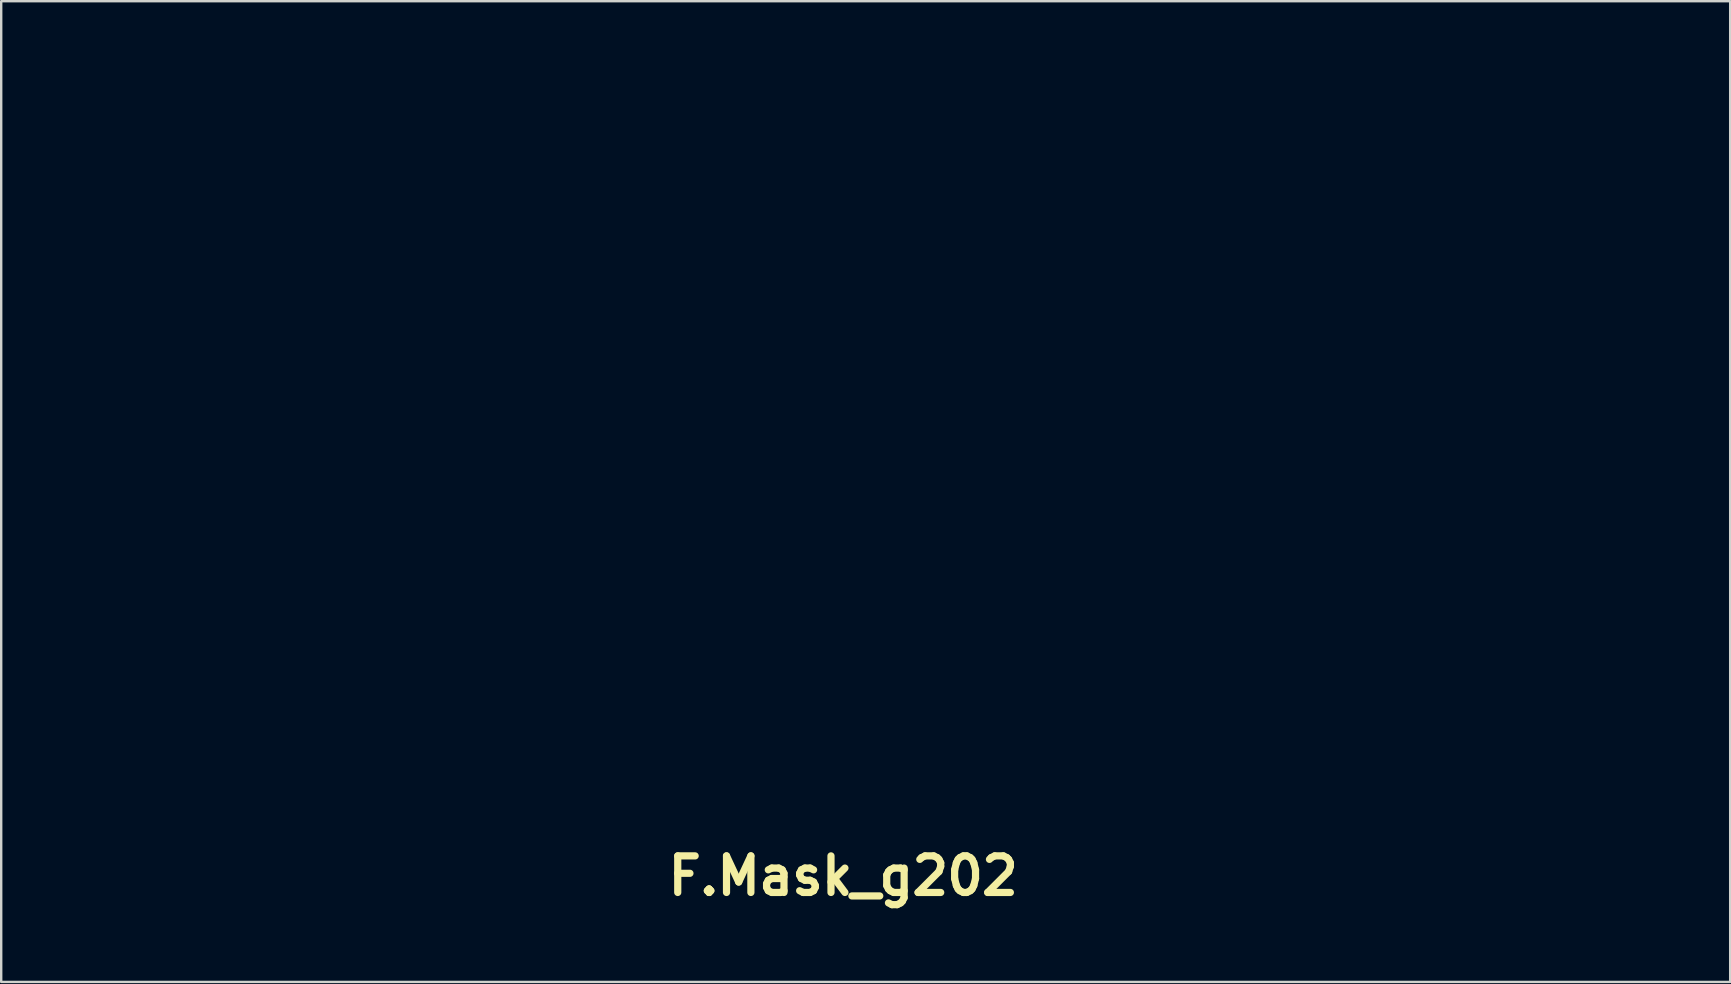
<source format=kicad_pcb>
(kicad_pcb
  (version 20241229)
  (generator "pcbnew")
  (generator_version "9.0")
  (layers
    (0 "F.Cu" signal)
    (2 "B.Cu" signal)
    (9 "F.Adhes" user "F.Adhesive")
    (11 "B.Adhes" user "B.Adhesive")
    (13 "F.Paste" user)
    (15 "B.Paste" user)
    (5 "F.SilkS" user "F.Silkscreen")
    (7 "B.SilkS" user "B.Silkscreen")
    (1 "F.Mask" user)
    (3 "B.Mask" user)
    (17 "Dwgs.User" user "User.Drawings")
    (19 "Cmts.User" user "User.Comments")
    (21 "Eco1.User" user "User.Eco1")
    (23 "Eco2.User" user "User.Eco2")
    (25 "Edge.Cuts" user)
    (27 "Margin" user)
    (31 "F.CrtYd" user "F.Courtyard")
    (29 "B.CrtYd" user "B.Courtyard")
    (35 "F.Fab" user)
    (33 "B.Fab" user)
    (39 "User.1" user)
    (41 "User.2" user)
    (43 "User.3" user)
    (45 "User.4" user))
  (footprint "F.Mask_g202"
    (layer "F.Cu")
    (at 32.088 33.452)
    (property "Reference" "F.Mask_g202" (at 0 0 0) (layer "F.SilkS") (effects (font (size 1.524 1.524) (thickness 0.3))))
    (attr through_hole)
    (fp_poly (pts (xy -4.077 -13.121) (xy -4.072 -13.088) (xy -4.064 -13.019) (xy -4.053 -12.918) (xy -4.04 -12.791) (xy -4.026 -12.645) (xy -4.01 -12.483) (xy -4.001 -12.393) (xy -3.985 -12.225) (xy -3.969 -12.067) (xy -3.955 -11.925) (xy -3.943 -11.806) (xy -3.933 -11.714) (xy -3.927 -11.656) (xy -3.925 -11.641) (xy -3.914 -11.566) (xy -4.407 -11.519) (xy -4.549 -11.505) (xy -4.68 -11.493) (xy -4.792 -11.484) (xy -4.88 -11.477) (xy -4.935 -11.473) (xy -4.949 -11.472) (xy -4.971 -11.474) (xy -4.98 -11.484) (xy -4.975 -11.508) (xy -4.953 -11.554) (xy -4.913 -11.629) (xy -4.898 -11.658) (xy -4.863 -11.721) (xy -4.812 -11.815) (xy -4.748 -11.936) (xy -4.673 -12.076) (xy -4.59 -12.229) (xy -4.504 -12.391) (xy -4.442 -12.507) (xy -4.345 -12.688) (xy -4.267 -12.833) (xy -4.204 -12.946) (xy -4.156 -13.029) (xy -4.121 -13.085) (xy -4.097 -13.117) (xy -4.082 -13.128) (xy -4.077 -13.121)) (stroke (width 0.01) (type solid)) (fill yes) (layer "F.Mask"))
    (fp_poly (pts (xy 14.125 -15.824) (xy 14.402 -15.786) (xy 14.665 -15.718) (xy 14.922 -15.619) (xy 15.182 -15.485) (xy 15.367 -15.372) (xy 15.538 -15.247) (xy 15.685 -15.111) (xy 15.804 -14.969) (xy 15.892 -14.826) (xy 15.943 -14.687) (xy 15.952 -14.64) (xy 15.953 -14.578) (xy 15.937 -14.516) (xy 15.901 -14.447) (xy 15.84 -14.365) (xy 15.751 -14.264) (xy 15.725 -14.236) (xy 15.6 -14.115) (xy 15.46 -14.009) (xy 15.304 -13.914) (xy 15.127 -13.831) (xy 14.925 -13.758) (xy 14.695 -13.694) (xy 14.435 -13.638) (xy 14.139 -13.587) (xy 13.805 -13.542) (xy 13.778 -13.539) (xy 13.682 -13.527) (xy 13.569 -14.67) (xy 13.548 -14.886) (xy 13.529 -15.088) (xy 13.511 -15.274) (xy 13.496 -15.439) (xy 13.484 -15.58) (xy 13.475 -15.692) (xy 13.469 -15.772) (xy 13.467 -15.816) (xy 13.467 -15.824) (xy 13.491 -15.827) (xy 13.55 -15.831) (xy 13.636 -15.833) (xy 13.743 -15.835) (xy 13.824 -15.835) (xy 14.125 -15.824)) (stroke (width 0.01) (type solid)) (fill yes) (layer "F.Mask"))
    (fp_poly (pts (xy 8.981 -15.545) (xy 9.158 -15.505) (xy 9.315 -15.434) (xy 9.461 -15.33) (xy 9.561 -15.234) (xy 9.689 -15.076) (xy 9.801 -14.887) (xy 9.899 -14.666) (xy 9.984 -14.41) (xy 10.055 -14.117) (xy 10.114 -13.787) (xy 10.129 -13.684) (xy 10.146 -13.537) (xy 10.159 -13.362) (xy 10.168 -13.167) (xy 10.175 -12.961) (xy 10.178 -12.753) (xy 10.177 -12.552) (xy 10.172 -12.367) (xy 10.163 -12.208) (xy 10.152 -12.094) (xy 10.098 -11.79) (xy 10.022 -11.521) (xy 9.924 -11.288) (xy 9.804 -11.091) (xy 9.66 -10.928) (xy 9.494 -10.801) (xy 9.305 -10.708) (xy 9.128 -10.657) (xy 8.992 -10.637) (xy 8.841 -10.629) (xy 8.691 -10.634) (xy 8.562 -10.65) (xy 8.537 -10.656) (xy 8.349 -10.721) (xy 8.176 -10.823) (xy 8.018 -10.962) (xy 7.876 -11.138) (xy 7.748 -11.351) (xy 7.635 -11.602) (xy 7.537 -11.891) (xy 7.453 -12.219) (xy 7.384 -12.586) (xy 7.328 -12.992) (xy 7.301 -13.255) (xy 7.289 -13.569) (xy 7.308 -13.875) (xy 7.356 -14.17) (xy 7.433 -14.449) (xy 7.537 -14.707) (xy 7.667 -14.94) (xy 7.821 -15.143) (xy 7.884 -15.209) (xy 8.042 -15.346) (xy 8.21 -15.446) (xy 8.394 -15.513) (xy 8.6 -15.549) (xy 8.776 -15.557) (xy 8.981 -15.545)) (stroke (width 0.01) (type solid)) (fill yes) (layer "F.Mask"))
    (fp_poly (pts (xy 32.335 -33.424) (xy 32.575 -33.364) (xy 32.804 -33.268) (xy 32.956 -33.178) (xy 33.016 -33.133) (xy 33.097 -33.064) (xy 33.192 -32.978) (xy 33.293 -32.882) (xy 33.381 -32.794) (xy 33.52 -32.649) (xy 33.631 -32.522) (xy 33.719 -32.406) (xy 33.789 -32.295) (xy 33.846 -32.18) (xy 33.895 -32.054) (xy 33.901 -32.036) (xy 33.926 -31.959) (xy 33.942 -31.891) (xy 33.952 -31.821) (xy 33.957 -31.736) (xy 33.959 -31.624) (xy 33.959 -31.591) (xy 33.959 -31.572) (xy 33.959 -31.551) (xy 33.958 -31.528) (xy 33.956 -31.501) (xy 33.953 -31.47) (xy 33.95 -31.434) (xy 33.945 -31.391) (xy 33.939 -31.341) (xy 33.931 -31.283) (xy 33.922 -31.215) (xy 33.911 -31.137) (xy 33.897 -31.048) (xy 33.882 -30.947) (xy 33.865 -30.833) (xy 33.845 -30.704) (xy 33.822 -30.561) (xy 33.797 -30.401) (xy 33.769 -30.225) (xy 33.737 -30.03) (xy 33.703 -29.816) (xy 33.665 -29.582) (xy 33.623 -29.328) (xy 33.578 -29.051) (xy 33.529 -28.752) (xy 33.476 -28.429) (xy 33.419 -28.081) (xy 33.357 -27.707) (xy 33.291 -27.306) (xy 33.22 -26.878) (xy 33.144 -26.421) (xy 33.064 -25.934) (xy 32.978 -25.416) (xy 32.887 -24.867) (xy 32.79 -24.285) (xy 32.688 -23.67) (xy 32.58 -23.02) (xy 32.466 -22.335) (xy 32.347 -21.613) (xy 32.22 -20.853) (xy 32.088 -20.055) (xy 31.949 -19.218) (xy 31.803 -18.34) (xy 31.743 -17.981) (xy 31.619 -17.236) (xy 31.497 -16.5) (xy 31.376 -15.776) (xy 31.258 -15.065) (xy 31.142 -14.366) (xy 31.028 -13.682) (xy 30.916 -13.014) (xy 30.808 -12.363) (xy 30.702 -11.729) (xy 30.6 -11.115) (xy 30.501 -10.521) (xy 30.405 -9.948) (xy 30.313 -9.397) (xy 30.225 -8.87) (xy 30.141 -8.367) (xy 30.061 -7.891) (xy 29.986 -7.441) (xy 29.915 -7.019) (xy 29.849 -6.626) (xy 29.788 -6.263) (xy 29.733 -5.932) (xy 29.682 -5.633) (xy 29.638 -5.367) (xy 29.599 -5.137) (xy 29.566 -4.942) (xy 29.539 -4.784) (xy 29.518 -4.664) (xy 29.504 -4.583) (xy 29.496 -4.542) (xy 29.495 -4.538) (xy 29.44 -4.387) (xy 29.359 -4.226) (xy 29.262 -4.069) (xy 29.16 -3.936) (xy 29.122 -3.894) (xy 29.057 -3.826) (xy 28.967 -3.733) (xy 28.856 -3.619) (xy 28.726 -3.488) (xy 28.58 -3.34) (xy 28.422 -3.181) (xy 28.253 -3.012) (xy 28.077 -2.836) (xy 27.979 -2.739) (xy 27.765 -2.526) (xy 27.578 -2.34) (xy 27.416 -2.181) (xy 27.276 -2.044) (xy 27.156 -1.929) (xy 27.052 -1.833) (xy 26.964 -1.754) (xy 26.887 -1.69) (xy 26.819 -1.638) (xy 26.758 -1.597) (xy 26.702 -1.563) (xy 26.647 -1.536) (xy 26.591 -1.513) (xy 26.532 -1.491) (xy 26.48 -1.474) (xy 26.226 -1.41) (xy 25.969 -1.386) (xy 25.715 -1.401) (xy 25.468 -1.453) (xy 25.233 -1.541) (xy 25.014 -1.665) (xy 24.816 -1.824) (xy 24.81 -1.829) (xy 24.738 -1.902) (xy 24.67 -1.977) (xy 24.618 -2.042) (xy 24.61 -2.053) (xy 24.553 -2.13) (xy 24.494 -2.19) (xy 24.423 -2.243) (xy 24.33 -2.297) (xy 24.268 -2.329) (xy 24.184 -2.369) (xy 24.105 -2.401) (xy 24.024 -2.426) (xy 23.937 -2.445) (xy 23.837 -2.459) (xy 23.717 -2.468) (xy 23.572 -2.473) (xy 23.395 -2.476) (xy 23.226 -2.476) (xy 22.649 -2.477) (xy 22.635 -2.418) (xy 22.588 -2.291) (xy 22.514 -2.166) (xy 22.422 -2.058) (xy 22.355 -2.002) (xy 22.296 -1.966) (xy 22.228 -1.934) (xy 22.147 -1.906) (xy 22.047 -1.88) (xy 21.921 -1.855) (xy 21.766 -1.829) (xy 21.574 -1.8) (xy 21.558 -1.798) (xy 21.398 -1.776) (xy 21.273 -1.76) (xy 21.176 -1.749) (xy 21.099 -1.744) (xy 21.036 -1.742) (xy 20.98 -1.745) (xy 20.924 -1.751) (xy 20.905 -1.754) (xy 20.712 -1.799) (xy 20.538 -1.876) (xy 20.387 -1.982) (xy 20.265 -2.114) (xy 20.192 -2.235) (xy 20.162 -2.292) (xy 20.137 -2.318) (xy 20.106 -2.322) (xy 20.09 -2.319) (xy 20.064 -2.314) (xy 19.998 -2.304) (xy 19.894 -2.287) (xy 19.755 -2.264) (xy 19.581 -2.236) (xy 19.376 -2.203) (xy 19.14 -2.166) (xy 18.877 -2.123) (xy 18.588 -2.077) (xy 18.275 -2.027) (xy 17.939 -1.973) (xy 17.584 -1.917) (xy 17.211 -1.857) (xy 16.822 -1.795) (xy 16.418 -1.73) (xy 16.003 -1.664) (xy 15.716 -1.619) (xy 15.302 -1.553) (xy 14.85 -1.48) (xy 14.364 -1.403) (xy 13.846 -1.32) (xy 13.302 -1.234) (xy 12.734 -1.143) (xy 12.146 -1.049) (xy 11.542 -0.953) (xy 10.926 -0.855) (xy 10.301 -0.755) (xy 9.67 -0.654) (xy 9.039 -0.554) (xy 8.409 -0.453) (xy 7.785 -0.354) (xy 7.171 -0.256) (xy 6.569 -0.16) (xy 5.985 -0.067) (xy 5.421 0.023) (xy 5.366 0.032) (xy 4.864 0.112) (xy 4.373 0.19) (xy 3.893 0.267) (xy 3.427 0.341) (xy 2.976 0.412) (xy 2.541 0.481) (xy 2.125 0.547) (xy 1.729 0.609) (xy 1.355 0.668) (xy 1.005 0.723) (xy 0.679 0.774) (xy 0.381 0.821) (xy 0.112 0.863) (xy -0.127 0.9) (xy -0.334 0.931) (xy -0.507 0.958) (xy -0.645 0.979) (xy -0.745 0.993) (xy -0.807 1.002) (xy -0.826 1.004) (xy -0.924 1.006) (xy -1.025 1.003) (xy -1.101 0.997) (xy -1.331 0.945) (xy -1.554 0.861) (xy -1.76 0.747) (xy -1.928 0.618) (xy -1.962 0.583) (xy -2.02 0.519) (xy -2.101 0.427) (xy -2.203 0.31) (xy -2.322 0.172) (xy -2.457 0.014) (xy -2.605 -0.161) (xy -2.765 -0.349) (xy -2.933 -0.549) (xy -3.108 -0.758) (xy -3.217 -0.889) (xy -3.394 -1.1) (xy -3.563 -1.303) (xy -3.724 -1.495) (xy -3.875 -1.673) (xy -4.012 -1.836) (xy -4.135 -1.98) (xy -4.24 -2.104) (xy -4.327 -2.204) (xy -4.391 -2.278) (xy -4.433 -2.324) (xy -4.446 -2.337) (xy -4.547 -2.406) (xy -4.671 -2.467) (xy -4.798 -2.512) (xy -4.889 -2.53) (xy -4.92 -2.531) (xy -4.973 -2.528) (xy -5.05 -2.522) (xy -5.154 -2.512) (xy -5.285 -2.498) (xy -5.445 -2.48) (xy -5.635 -2.458) (xy -5.858 -2.431) (xy -6.114 -2.4) (xy -6.405 -2.364) (xy -6.733 -2.324) (xy -7.1 -2.278) (xy -7.506 -2.226) (xy -7.684 -2.204) (xy -7.884 -2.178) (xy -8.125 -2.148) (xy -8.405 -2.112) (xy -8.721 -2.072) (xy -9.071 -2.028) (xy -9.455 -1.979) (xy -9.87 -1.926) (xy -10.315 -1.87) (xy -10.787 -1.81) (xy -11.285 -1.747) (xy -11.806 -1.681) (xy -12.351 -1.612) (xy -12.915 -1.54) (xy -13.498 -1.466) (xy -14.099 -1.39) (xy -14.714 -1.312) (xy -15.342 -1.232) (xy -15.982 -1.151) (xy -16.631 -1.069) (xy -17.289 -0.985) (xy -17.952 -0.901) (xy -18.62 -0.816) (xy -19.29 -0.731) (xy -19.961 -0.646) (xy -20.32 -0.601) (xy -21.105 -0.501) (xy -21.848 -0.407) (xy -22.552 -0.317) (xy -23.217 -0.233) (xy -23.845 -0.153) (xy -24.437 -0.078) (xy -24.993 -0.008) (xy -25.515 0.058) (xy -26.004 0.12) (xy -26.461 0.177) (xy -26.887 0.231) (xy -27.284 0.281) (xy -27.652 0.326) (xy -27.993 0.369) (xy -28.307 0.408) (xy -28.596 0.443) (xy -28.861 0.475) (xy -29.104 0.505) (xy -29.324 0.531) (xy -29.524 0.554) (xy -29.705 0.575) (xy -29.866 0.593) (xy -30.011 0.608) (xy -30.139 0.622) (xy -30.253 0.633) (xy -30.352 0.642) (xy -30.439 0.649) (xy -30.514 0.654) (xy -30.578 0.658) (xy -30.633 0.66) (xy -30.68 0.661) (xy -30.719 0.66) (xy -30.753 0.658) (xy -30.781 0.656) (xy -30.806 0.652) (xy -30.827 0.648) (xy -30.848 0.643) (xy -30.867 0.637) (xy -30.888 0.631) (xy -30.903 0.627) (xy -31.145 0.541) (xy -31.365 0.422) (xy -31.562 0.273) (xy -31.731 0.097) (xy -31.871 -0.102) (xy -31.978 -0.32) (xy -32.049 -0.555) (xy -32.082 -0.802) (xy -32.082 -0.804) (xy -32.083 -0.877) (xy -32.081 -0.984) (xy -32.076 -1.121) (xy -32.07 -1.282) (xy -32.061 -1.462) (xy -32.051 -1.656) (xy -32.039 -1.859) (xy -32.027 -2.066) (xy -32.013 -2.271) (xy -32 -2.47) (xy -31.986 -2.657) (xy -31.973 -2.827) (xy -31.961 -2.975) (xy -31.949 -3.095) (xy -31.938 -3.183) (xy -31.93 -3.231) (xy -31.882 -3.4) (xy -31.819 -3.553) (xy -31.737 -3.7) (xy -31.63 -3.847) (xy -31.493 -4.003) (xy -31.411 -4.089) (xy -31.384 -4.116) (xy -31.327 -4.172) (xy -31.241 -4.255) (xy -31.129 -4.365) (xy -30.991 -4.499) (xy -30.828 -4.658) (xy -30.642 -4.84) (xy -30.433 -5.043) (xy -30.203 -5.267) (xy -29.952 -5.511) (xy -29.683 -5.773) (xy -29.395 -6.053) (xy -29.091 -6.349) (xy -28.77 -6.66) (xy -28.436 -6.985) (xy -28.087 -7.324) (xy -27.727 -7.674) (xy -27.355 -8.036) (xy -26.973 -8.407) (xy -26.582 -8.787) (xy -26.184 -9.174) (xy -25.779 -9.568) (xy -25.368 -9.967) (xy -24.952 -10.371) (xy -24.534 -10.777) (xy -24.113 -11.186) (xy -23.691 -11.596) (xy -23.269 -12.006) (xy -22.848 -12.415) (xy -22.43 -12.821) (xy -22.015 -13.224) (xy -21.604 -13.623) (xy -21.2 -14.016) (xy -21.095 -14.117) (xy -14.535 -14.117) (xy -14.535 -13.992) (xy -14.526 -13.837) (xy -14.512 -13.674) (xy -14.504 -13.586) (xy -14.493 -13.461) (xy -14.48 -13.305) (xy -14.465 -13.122) (xy -14.448 -12.919) (xy -14.43 -12.699) (xy -14.411 -12.469) (xy -14.393 -12.234) (xy -14.382 -12.107) (xy -14.363 -11.867) (xy -14.344 -11.626) (xy -14.325 -11.389) (xy -14.306 -11.163) (xy -14.289 -10.953) (xy -14.273 -10.765) (xy -14.259 -10.605) (xy -14.248 -10.479) (xy -14.244 -10.435) (xy -14.231 -10.264) (xy -14.218 -10.056) (xy -14.206 -9.816) (xy -14.196 -9.55) (xy -14.187 -9.263) (xy -14.182 -9.059) (xy -14.173 -8.712) (xy -14.164 -8.405) (xy -14.155 -8.138) (xy -14.145 -7.908) (xy -14.135 -7.714) (xy -14.123 -7.554) (xy -14.111 -7.426) (xy -14.099 -7.33) (xy -14.085 -7.263) (xy -14.084 -7.26) (xy -14.019 -7.1) (xy -13.923 -6.964) (xy -13.8 -6.854) (xy -13.656 -6.774) (xy -13.497 -6.727) (xy -13.327 -6.713) (xy -13.151 -6.738) (xy -13.099 -6.752) (xy -12.936 -6.824) (xy -12.799 -6.925) (xy -12.69 -7.051) (xy -12.614 -7.198) (xy -12.574 -7.361) (xy -12.569 -7.44) (xy -12.57 -7.504) (xy -12.573 -7.601) (xy -12.579 -7.719) (xy -12.586 -7.848) (xy -12.592 -7.938) (xy -12.597 -8.033) (xy -12.603 -8.154) (xy -12.61 -8.295) (xy -12.617 -8.451) (xy -12.623 -8.616) (xy -12.63 -8.784) (xy -12.636 -8.952) (xy -12.642 -9.113) (xy -12.646 -9.262) (xy -12.65 -9.393) (xy -12.653 -9.502) (xy -12.654 -9.583) (xy -12.654 -9.63) (xy -12.653 -9.641) (xy -12.631 -9.648) (xy -12.574 -9.664) (xy -12.485 -9.69) (xy -12.37 -9.724) (xy -12.232 -9.764) (xy -12.076 -9.808) (xy -11.908 -9.857) (xy -11.731 -9.908) (xy -11.55 -9.959) (xy -11.37 -10.011) (xy -11.196 -10.061) (xy -11.032 -10.107) (xy -10.882 -10.15) (xy -10.752 -10.187) (xy -10.646 -10.217) (xy -10.568 -10.239) (xy -10.546 -10.245) (xy -10.432 -10.275) (xy -10.296 -10.309) (xy -10.146 -10.345) (xy -9.989 -10.382) (xy -9.833 -10.417) (xy -9.687 -10.449) (xy -9.557 -10.476) (xy -9.452 -10.496) (xy -9.378 -10.509) (xy -9.372 -10.509) (xy -9.257 -10.524) (xy -9.22 -10.167) (xy -9.207 -10.048) (xy -9.189 -9.896) (xy -9.168 -9.723) (xy -9.144 -9.539) (xy -9.12 -9.352) (xy -9.099 -9.197) (xy -9.075 -9.02) (xy -9.05 -8.839) (xy -9.026 -8.663) (xy -9.005 -8.501) (xy -8.986 -8.363) (xy -8.974 -8.266) (xy -8.949 -8.099) (xy -8.921 -7.967) (xy -8.888 -7.862) (xy -8.845 -7.778) (xy -8.791 -7.705) (xy -8.725 -7.64) (xy -8.565 -7.525) (xy -8.395 -7.451) (xy -8.215 -7.418) (xy -8.028 -7.426) (xy -7.838 -7.475) (xy -7.834 -7.477) (xy -7.719 -7.538) (xy -7.606 -7.628) (xy -7.507 -7.738) (xy -7.432 -7.855) (xy -7.412 -7.901) (xy -7.394 -7.953) (xy -7.381 -8.006) (xy -7.372 -8.065) (xy -7.368 -8.133) (xy -7.369 -8.213) (xy -7.375 -8.31) (xy -7.387 -8.426) (xy -7.405 -8.566) (xy -7.429 -8.733) (xy -7.46 -8.93) (xy -7.498 -9.162) (xy -7.543 -9.431) (xy -7.545 -9.444) (xy -7.584 -9.677) (xy -7.616 -9.887) (xy -7.643 -10.082) (xy -7.665 -10.273) (xy -7.685 -10.468) (xy -7.691 -10.551) (xy -7.299 -10.551) (xy -7.294 -10.462) (xy -7.258 -10.314) (xy -7.185 -10.186) (xy -7.077 -10.078) (xy -6.931 -9.991) (xy -6.748 -9.923) (xy -6.633 -9.894) (xy -6.536 -9.877) (xy -6.426 -9.865) (xy -6.299 -9.858) (xy -6.153 -9.856) (xy -5.983 -9.861) (xy -5.787 -9.87) (xy -5.561 -9.886) (xy -5.302 -9.907) (xy -5.007 -9.934) (xy -4.765 -9.958) (xy -4.566 -9.978) (xy -4.38 -9.996) (xy -4.212 -10.012) (xy -4.065 -10.026) (xy -3.944 -10.037) (xy -3.853 -10.045) (xy -3.796 -10.049) (xy -3.777 -10.049) (xy -3.773 -10.027) (xy -3.765 -9.968) (xy -3.755 -9.877) (xy -3.742 -9.76) (xy -3.727 -9.621) (xy -3.711 -9.466) (xy -3.704 -9.398) (xy -3.681 -9.177) (xy -3.659 -8.993) (xy -3.638 -8.841) (xy -3.616 -8.717) (xy -3.592 -8.615) (xy -3.566 -8.53) (xy -3.535 -8.457) (xy -3.5 -8.391) (xy -3.484 -8.366) (xy -3.376 -8.234) (xy -3.242 -8.13) (xy -3.089 -8.061) (xy -3.024 -8.044) (xy -2.918 -8.032) (xy -2.792 -8.035) (xy -2.663 -8.05) (xy -2.552 -8.076) (xy -2.546 -8.078) (xy -2.39 -8.151) (xy -2.263 -8.256) (xy -2.162 -8.394) (xy -2.106 -8.515) (xy -2.091 -8.562) (xy -2.081 -8.611) (xy -2.076 -8.672) (xy -2.075 -8.754) (xy -2.079 -8.865) (xy -2.081 -8.917) (xy -2.087 -9.038) (xy -2.097 -9.188) (xy -2.11 -9.353) (xy -2.124 -9.519) (xy -2.137 -9.652) (xy -2.15 -9.787) (xy -2.163 -9.911) (xy -2.173 -10.017) (xy -2.181 -10.098) (xy -2.185 -10.144) (xy -2.186 -10.149) (xy -2.186 -10.184) (xy -2.175 -10.205) (xy -2.143 -10.217) (xy -2.08 -10.226) (xy -2.064 -10.228) (xy -1.84 -10.271) (xy -1.648 -10.338) (xy -1.488 -10.427) (xy -1.362 -10.538) (xy -1.27 -10.669) (xy -1.215 -10.819) (xy -1.197 -10.987) (xy -1.205 -11.103) (xy -1.246 -11.282) (xy -1.314 -11.433) (xy -1.408 -11.552) (xy -1.526 -11.638) (xy -1.618 -11.676) (xy -1.693 -11.692) (xy -1.802 -11.706) (xy -1.939 -11.716) (xy -2.037 -11.721) (xy -2.147 -11.725) (xy -2.239 -11.729) (xy -2.308 -11.732) (xy -2.345 -11.734) (xy -2.349 -11.735) (xy -2.352 -11.756) (xy -2.358 -11.816) (xy -2.367 -11.912) (xy -2.38 -12.041) (xy -2.396 -12.2) (xy -2.415 -12.386) (xy -2.436 -12.595) (xy -2.459 -12.824) (xy -2.484 -13.072) (xy -2.51 -13.333) (xy -2.528 -13.517) (xy -2.561 -13.847) (xy -2.591 -14.137) (xy -2.617 -14.39) (xy -2.64 -14.61) (xy -2.661 -14.799) (xy -2.679 -14.959) (xy -2.697 -15.093) (xy -2.707 -15.163) (xy -1.396 -15.163) (xy -1.379 -15.023) (xy -1.342 -14.901) (xy -1.327 -14.87) (xy -1.289 -14.802) (xy -1.249 -14.744) (xy -1.199 -14.689) (xy -1.135 -14.63) (xy -1.047 -14.56) (xy -0.952 -14.487) (xy -0.89 -14.438) (xy -0.811 -14.369) (xy -0.712 -14.28) (xy -0.593 -14.167) (xy -0.451 -14.031) (xy -0.285 -13.87) (xy -0.093 -13.682) (xy 0.125 -13.466) (xy 0.288 -13.303) (xy 0.46 -13.131) (xy 0.624 -12.967) (xy 0.775 -12.815) (xy 0.913 -12.677) (xy 1.034 -12.554) (xy 1.137 -12.451) (xy 1.218 -12.368) (xy 1.276 -12.309) (xy 1.307 -12.275) (xy 1.312 -12.269) (xy 1.3 -12.247) (xy 1.264 -12.195) (xy 1.207 -12.114) (xy 1.132 -12.01) (xy 1.04 -11.883) (xy 0.933 -11.738) (xy 0.815 -11.578) (xy 0.686 -11.405) (xy 0.551 -11.222) (xy 0.41 -11.033) (xy 0.265 -10.841) (xy 0.121 -10.648) (xy -0.023 -10.458) (xy -0.162 -10.274) (xy -0.296 -10.098) (xy -0.421 -9.934) (xy -0.536 -9.784) (xy -0.545 -9.773) (xy -0.673 -9.607) (xy -0.777 -9.47) (xy -0.86 -9.358) (xy -0.924 -9.265) (xy -0.971 -9.188) (xy -1.005 -9.121) (xy -1.027 -9.062) (xy -1.04 -9.004) (xy -1.046 -8.944) (xy -1.047 -8.877) (xy -1.047 -8.848) (xy -1.039 -8.701) (xy -1.013 -8.583) (xy -0.962 -8.478) (xy -0.882 -8.376) (xy -0.837 -8.328) (xy -0.698 -8.216) (xy -0.541 -8.136) (xy -0.373 -8.09) (xy -0.201 -8.08) (xy -0.033 -8.107) (xy 0.047 -8.135) (xy 0.12 -8.169) (xy 0.187 -8.211) (xy 0.255 -8.264) (xy 0.328 -8.335) (xy 0.41 -8.428) (xy 0.508 -8.547) (xy 0.599 -8.663) (xy 0.661 -8.744) (xy 0.742 -8.849) (xy 0.839 -8.977) (xy 0.949 -9.123) (xy 1.071 -9.283) (xy 1.2 -9.454) (xy 1.334 -9.632) (xy 1.47 -9.813) (xy 1.606 -9.994) (xy 1.739 -10.171) (xy 1.865 -10.34) (xy 1.983 -10.497) (xy 2.089 -10.639) (xy 2.18 -10.762) (xy 2.255 -10.862) (xy 2.309 -10.936) (xy 2.34 -10.98) (xy 2.378 -11.031) (xy 2.407 -11.063) (xy 2.417 -11.07) (xy 2.438 -11.054) (xy 2.482 -11.01) (xy 2.548 -10.941) (xy 2.632 -10.85) (xy 2.73 -10.741) (xy 2.839 -10.617) (xy 2.957 -10.482) (xy 3.08 -10.34) (xy 3.205 -10.194) (xy 3.329 -10.048) (xy 3.439 -9.917) (xy 3.669 -9.645) (xy 3.88 -9.408) (xy 4.072 -9.203) (xy 4.248 -9.03) (xy 4.41 -8.885) (xy 4.56 -8.768) (xy 4.7 -8.677) (xy 4.832 -8.61) (xy 4.959 -8.565) (xy 5.029 -8.549) (xy 5.186 -8.541) (xy 5.343 -8.571) (xy 5.494 -8.635) (xy 5.634 -8.73) (xy 5.754 -8.852) (xy 5.849 -8.998) (xy 5.856 -9.011) (xy 5.886 -9.078) (xy 5.904 -9.138) (xy 5.913 -9.206) (xy 5.916 -9.297) (xy 5.916 -9.324) (xy 5.912 -9.434) (xy 5.897 -9.529) (xy 5.868 -9.615) (xy 5.821 -9.7) (xy 5.751 -9.79) (xy 5.654 -9.894) (xy 5.563 -9.986) (xy 5.367 -10.18) (xy 5.152 -10.402) (xy 4.917 -10.652) (xy 4.66 -10.931) (xy 4.38 -11.242) (xy 4.075 -11.585) (xy 4.063 -11.599) (xy 3.935 -11.745) (xy 3.815 -11.882) (xy 3.705 -12.007) (xy 3.609 -12.117) (xy 3.53 -12.208) (xy 3.471 -12.276) (xy 3.435 -12.317) (xy 3.427 -12.328) (xy 3.387 -12.378) (xy 3.723 -12.915) (xy 3.822 -13.073) (xy 3.925 -13.241) (xy 4.027 -13.41) (xy 4.102 -13.535) (xy 5.74 -13.535) (xy 5.743 -13.346) (xy 5.749 -13.155) (xy 5.759 -12.97) (xy 5.773 -12.802) (xy 5.788 -12.668) (xy 5.869 -12.18) (xy 5.973 -11.727) (xy 6.101 -11.309) (xy 6.252 -10.925) (xy 6.427 -10.577) (xy 6.625 -10.264) (xy 6.847 -9.985) (xy 6.953 -9.872) (xy 7.145 -9.692) (xy 7.335 -9.545) (xy 7.531 -9.425) (xy 7.746 -9.325) (xy 7.879 -9.274) (xy 8.182 -9.188) (xy 8.499 -9.14) (xy 8.831 -9.129) (xy 9.084 -9.144) (xy 9.453 -9.198) (xy 9.796 -9.284) (xy 10.111 -9.402) (xy 10.399 -9.553) (xy 10.659 -9.736) (xy 10.893 -9.951) (xy 11.098 -10.199) (xy 11.277 -10.479) (xy 11.428 -10.791) (xy 11.552 -11.136) (xy 11.648 -11.512) (xy 11.692 -11.748) (xy 11.733 -12.067) (xy 11.759 -12.412) (xy 11.769 -12.775) (xy 11.765 -13.145) (xy 11.745 -13.513) (xy 11.712 -13.87) (xy 11.664 -14.207) (xy 11.603 -14.513) (xy 11.596 -14.541) (xy 11.49 -14.908) (xy 11.354 -15.254) (xy 11.19 -15.578) (xy 11.001 -15.876) (xy 10.789 -16.147) (xy 10.555 -16.387) (xy 10.497 -16.434) (xy 11.854 -16.434) (xy 11.856 -16.395) (xy 11.861 -16.317) (xy 11.871 -16.203) (xy 11.883 -16.056) (xy 11.899 -15.879) (xy 11.918 -15.676) (xy 11.938 -15.449) (xy 11.961 -15.201) (xy 11.986 -14.936) (xy 12.013 -14.657) (xy 12.041 -14.366) (xy 12.054 -14.233) (xy 12.084 -13.914) (xy 12.115 -13.589) (xy 12.147 -13.261) (xy 12.177 -12.936) (xy 12.207 -12.62) (xy 12.236 -12.316) (xy 12.263 -12.03) (xy 12.287 -11.767) (xy 12.309 -11.532) (xy 12.327 -11.329) (xy 12.341 -11.178) (xy 12.363 -10.933) (xy 12.382 -10.726) (xy 12.399 -10.553) (xy 12.414 -10.41) (xy 12.43 -10.294) (xy 12.445 -10.2) (xy 12.461 -10.124) (xy 12.478 -10.062) (xy 12.498 -10.012) (xy 12.521 -9.967) (xy 12.547 -9.925) (xy 12.574 -9.887) (xy 12.686 -9.767) (xy 12.826 -9.67) (xy 12.983 -9.605) (xy 13.047 -9.589) (xy 13.147 -9.573) (xy 13.233 -9.572) (xy 13.33 -9.584) (xy 13.359 -9.589) (xy 13.527 -9.64) (xy 13.678 -9.724) (xy 13.806 -9.835) (xy 13.907 -9.969) (xy 13.975 -10.12) (xy 14.004 -10.26) (xy 14.006 -10.303) (xy 14.006 -10.359) (xy 14.002 -10.43) (xy 13.994 -10.52) (xy 13.982 -10.633) (xy 13.965 -10.773) (xy 13.943 -10.942) (xy 13.916 -11.146) (xy 13.883 -11.386) (xy 13.876 -11.437) (xy 13.859 -11.556) (xy 13.846 -11.659) (xy 13.836 -11.739) (xy 13.831 -11.79) (xy 13.83 -11.805) (xy 13.851 -11.802) (xy 13.905 -11.789) (xy 13.985 -11.77) (xy 14.083 -11.744) (xy 14.109 -11.738) (xy 14.648 -11.574) (xy 15.175 -11.369) (xy 15.69 -11.125) (xy 16.194 -10.84) (xy 16.688 -10.514) (xy 16.824 -10.416) (xy 16.921 -10.347) (xy 17.018 -10.281) (xy 17.103 -10.226) (xy 17.166 -10.189) (xy 17.166 -10.189) (xy 17.225 -10.161) (xy 17.276 -10.143) (xy 17.334 -10.133) (xy 17.411 -10.129) (xy 17.495 -10.128) (xy 17.596 -10.129) (xy 17.668 -10.134) (xy 17.726 -10.146) (xy 17.783 -10.167) (xy 17.848 -10.198) (xy 17.998 -10.293) (xy 18.121 -10.415) (xy 18.214 -10.557) (xy 18.273 -10.714) (xy 18.297 -10.879) (xy 18.285 -11.023) (xy 18.254 -11.145) (xy 18.203 -11.253) (xy 18.127 -11.359) (xy 18.058 -11.437) (xy 17.888 -11.598) (xy 17.68 -11.767) (xy 17.439 -11.94) (xy 17.167 -12.114) (xy 16.87 -12.287) (xy 16.551 -12.457) (xy 16.503 -12.481) (xy 16.183 -12.641) (xy 16.278 -12.697) (xy 16.577 -12.89) (xy 16.836 -13.097) (xy 17.057 -13.316) (xy 17.238 -13.547) (xy 17.379 -13.788) (xy 17.481 -14.039) (xy 17.542 -14.3) (xy 17.562 -14.569) (xy 17.541 -14.846) (xy 17.478 -15.13) (xy 17.398 -15.363) (xy 17.268 -15.632) (xy 17.097 -15.889) (xy 16.888 -16.134) (xy 16.64 -16.366) (xy 16.354 -16.584) (xy 16.032 -16.787) (xy 15.674 -16.975) (xy 15.28 -17.148) (xy 15.272 -17.151) (xy 15.098 -17.217) (xy 14.935 -17.271) (xy 14.777 -17.313) (xy 14.616 -17.346) (xy 14.444 -17.369) (xy 14.254 -17.385) (xy 14.04 -17.394) (xy 13.793 -17.397) (xy 13.695 -17.397) (xy 13.419 -17.396) (xy 13.182 -17.392) (xy 12.981 -17.386) (xy 12.814 -17.378) (xy 12.677 -17.366) (xy 12.567 -17.352) (xy 12.481 -17.335) (xy 12.421 -17.316) (xy 12.267 -17.235) (xy 12.131 -17.12) (xy 12.017 -16.978) (xy 11.931 -16.814) (xy 11.875 -16.635) (xy 11.854 -16.447) (xy 11.854 -16.434) (xy 10.497 -16.434) (xy 10.301 -16.594) (xy 10.03 -16.764) (xy 9.959 -16.802) (xy 9.733 -16.902) (xy 9.509 -16.977) (xy 9.277 -17.026) (xy 9.029 -17.051) (xy 8.754 -17.056) (xy 8.681 -17.054) (xy 8.342 -17.027) (xy 8.029 -16.971) (xy 7.737 -16.883) (xy 7.459 -16.762) (xy 7.19 -16.606) (xy 7.158 -16.585) (xy 6.912 -16.395) (xy 6.684 -16.17) (xy 6.475 -15.912) (xy 6.289 -15.624) (xy 6.126 -15.311) (xy 5.988 -14.976) (xy 5.877 -14.621) (xy 5.795 -14.25) (xy 5.755 -13.984) (xy 5.746 -13.863) (xy 5.741 -13.71) (xy 5.74 -13.535) (xy 4.102 -13.535) (xy 4.123 -13.569) (xy 4.207 -13.71) (xy 4.265 -13.811) (xy 4.413 -14.061) (xy 4.58 -14.33) (xy 4.759 -14.609) (xy 4.943 -14.885) (xy 5.079 -15.081) (xy 5.167 -15.208) (xy 5.232 -15.308) (xy 5.28 -15.391) (xy 5.313 -15.463) (xy 5.337 -15.533) (xy 5.354 -15.605) (xy 5.366 -15.763) (xy 5.339 -15.919) (xy 5.275 -16.067) (xy 5.178 -16.203) (xy 5.052 -16.322) (xy 4.898 -16.417) (xy 4.897 -16.417) (xy 4.804 -16.455) (xy 4.703 -16.476) (xy 4.612 -16.485) (xy 4.523 -16.488) (xy 4.458 -16.484) (xy 4.402 -16.469) (xy 4.337 -16.441) (xy 4.324 -16.435) (xy 4.221 -16.37) (xy 4.102 -16.27) (xy 3.969 -16.137) (xy 3.825 -15.973) (xy 3.672 -15.782) (xy 3.511 -15.565) (xy 3.347 -15.327) (xy 3.31 -15.272) (xy 3.261 -15.195) (xy 3.193 -15.087) (xy 3.11 -14.956) (xy 3.017 -14.805) (xy 2.917 -14.643) (xy 2.813 -14.473) (xy 2.709 -14.304) (xy 2.614 -14.147) (xy 2.525 -14.002) (xy 2.445 -13.873) (xy 2.377 -13.763) (xy 2.323 -13.677) (xy 2.285 -13.619) (xy 2.266 -13.591) (xy 2.264 -13.59) (xy 2.246 -13.604) (xy 2.202 -13.645) (xy 2.135 -13.709) (xy 2.048 -13.794) (xy 1.945 -13.895) (xy 1.829 -14.009) (xy 1.703 -14.133) (xy 1.571 -14.265) (xy 1.436 -14.399) (xy 1.301 -14.533) (xy 1.171 -14.664) (xy 1.047 -14.788) (xy 0.934 -14.903) (xy 0.835 -15.003) (xy 0.753 -15.088) (xy 0.707 -15.135) (xy 0.51 -15.331) (xy 0.313 -15.505) (xy 0.118 -15.656) (xy -0.07 -15.78) (xy -0.249 -15.877) (xy -0.413 -15.943) (xy -0.561 -15.977) (xy -0.62 -15.98) (xy -0.733 -15.968) (xy -0.86 -15.933) (xy -0.982 -15.881) (xy -1.071 -15.829) (xy -1.165 -15.745) (xy -1.255 -15.635) (xy -1.328 -15.516) (xy -1.366 -15.427) (xy -1.392 -15.303) (xy -1.396 -15.163) (xy -2.707 -15.163) (xy -2.713 -15.205) (xy -2.729 -15.297) (xy -2.744 -15.371) (xy -2.761 -15.43) (xy -2.778 -15.478) (xy -2.796 -15.516) (xy -2.816 -15.549) (xy -2.839 -15.577) (xy -2.864 -15.605) (xy -2.891 -15.632) (xy -3.029 -15.745) (xy -3.191 -15.822) (xy -3.375 -15.864) (xy -3.453 -15.871) (xy -3.688 -15.862) (xy -3.91 -15.814) (xy -4.117 -15.728) (xy -4.305 -15.607) (xy -4.47 -15.451) (xy -4.559 -15.339) (xy -4.593 -15.287) (xy -4.648 -15.2) (xy -4.72 -15.081) (xy -4.809 -14.931) (xy -4.915 -14.754) (xy -5.034 -14.55) (xy -5.168 -14.323) (xy -5.313 -14.074) (xy -5.468 -13.806) (xy -5.634 -13.521) (xy -5.807 -13.221) (xy -5.987 -12.908) (xy -6.15 -12.624) (xy -6.322 -12.326) (xy -6.478 -12.062) (xy -6.615 -11.834) (xy -6.734 -11.642) (xy -6.836 -11.486) (xy -6.908 -11.381) (xy -7.036 -11.197) (xy -7.136 -11.037) (xy -7.21 -10.898) (xy -7.261 -10.774) (xy -7.29 -10.66) (xy -7.299 -10.551) (xy -7.691 -10.551) (xy -7.702 -10.675) (xy -7.717 -10.906) (xy -7.733 -11.168) (xy -7.736 -11.218) (xy -7.745 -11.402) (xy -7.756 -11.597) (xy -7.767 -11.793) (xy -7.777 -11.977) (xy -7.786 -12.139) (xy -7.791 -12.234) (xy -7.799 -12.38) (xy -7.808 -12.528) (xy -7.818 -12.667) (xy -7.827 -12.785) (xy -7.833 -12.858) (xy -7.844 -13.003) (xy -7.854 -13.172) (xy -7.861 -13.357) (xy -7.866 -13.55) (xy -7.869 -13.743) (xy -7.87 -13.929) (xy -7.868 -14.1) (xy -7.864 -14.247) (xy -7.857 -14.363) (xy -7.853 -14.399) (xy -7.842 -14.509) (xy -7.836 -14.588) (xy -7.838 -14.649) (xy -7.846 -14.702) (xy -7.86 -14.754) (xy -7.928 -14.918) (xy -8.029 -15.058) (xy -8.158 -15.17) (xy -8.309 -15.251) (xy -8.479 -15.297) (xy -8.605 -15.307) (xy -8.73 -15.3) (xy -8.832 -15.272) (xy -8.925 -15.219) (xy -9.018 -15.142) (xy -9.136 -15.005) (xy -9.241 -14.829) (xy -9.333 -14.612) (xy -9.41 -14.356) (xy -9.43 -14.278) (xy -9.452 -14.176) (xy -9.47 -14.084) (xy -9.482 -13.995) (xy -9.49 -13.902) (xy -9.493 -13.8) (xy -9.492 -13.681) (xy -9.487 -13.539) (xy -9.477 -13.369) (xy -9.464 -13.163) (xy -9.463 -13.144) (xy -9.451 -12.969) (xy -9.441 -12.796) (xy -9.431 -12.633) (xy -9.423 -12.486) (xy -9.418 -12.365) (xy -9.414 -12.277) (xy -9.414 -12.267) (xy -9.409 -12.035) (xy -9.514 -12.018) (xy -9.724 -11.981) (xy -9.95 -11.936) (xy -10.196 -11.881) (xy -10.464 -11.817) (xy -10.759 -11.742) (xy -11.083 -11.655) (xy -11.439 -11.555) (xy -11.831 -11.442) (xy -11.938 -11.411) (xy -12.795 -11.16) (xy -12.81 -11.491) (xy -12.818 -11.641) (xy -12.827 -11.811) (xy -12.837 -11.981) (xy -12.847 -12.129) (xy -12.848 -12.139) (xy -12.854 -12.237) (xy -12.864 -12.37) (xy -12.875 -12.529) (xy -12.887 -12.709) (xy -12.9 -12.899) (xy -12.914 -13.094) (xy -12.923 -13.229) (xy -12.94 -13.469) (xy -12.954 -13.671) (xy -12.967 -13.838) (xy -12.979 -13.975) (xy -12.991 -14.086) (xy -13.002 -14.175) (xy -13.014 -14.246) (xy -13.026 -14.302) (xy -13.04 -14.349) (xy -13.055 -14.389) (xy -13.064 -14.409) (xy -13.134 -14.521) (xy -13.233 -14.628) (xy -13.348 -14.72) (xy -13.436 -14.77) (xy -13.501 -14.798) (xy -13.561 -14.815) (xy -13.629 -14.824) (xy -13.72 -14.827) (xy -13.758 -14.827) (xy -13.861 -14.825) (xy -13.936 -14.818) (xy -13.999 -14.803) (xy -14.065 -14.777) (xy -14.091 -14.766) (xy -14.212 -14.694) (xy -14.326 -14.595) (xy -14.422 -14.482) (xy -14.482 -14.379) (xy -14.509 -14.304) (xy -14.526 -14.219) (xy -14.535 -14.117) (xy -21.095 -14.117) (xy -20.802 -14.402) (xy -20.412 -14.781) (xy -20.031 -15.151) (xy -19.66 -15.511) (xy -19.301 -15.86) (xy -18.954 -16.196) (xy -18.621 -16.52) (xy -18.302 -16.829) (xy -18 -17.123) (xy -17.714 -17.4) (xy -17.446 -17.66) (xy -17.198 -17.901) (xy -16.97 -18.122) (xy -16.763 -18.322) (xy -16.579 -18.501) (xy -16.419 -18.656) (xy -16.283 -18.787) (xy -16.174 -18.893) (xy -16.091 -18.973) (xy -16.037 -19.025) (xy -16.021 -19.04) (xy -15.822 -19.208) (xy -15.62 -19.336) (xy -15.408 -19.429) (xy -15.378 -19.439) (xy -15.349 -19.445) (xy -15.279 -19.458) (xy -15.172 -19.477) (xy -15.027 -19.503) (xy -14.847 -19.535) (xy -14.633 -19.572) (xy -14.386 -19.615) (xy -14.109 -19.663) (xy -13.802 -19.716) (xy -13.468 -19.773) (xy -13.108 -19.835) (xy -12.723 -19.901) (xy -12.315 -19.971) (xy -11.886 -20.045) (xy -11.438 -20.122) (xy -10.97 -20.201) (xy -10.487 -20.284) (xy -9.988 -20.369) (xy -9.475 -20.456) (xy -8.951 -20.546) (xy -8.416 -20.637) (xy -7.873 -20.729) (xy -7.322 -20.823) (xy -6.765 -20.918) (xy -6.204 -21.013) (xy -5.641 -21.109) (xy -5.077 -21.204) (xy -4.513 -21.3) (xy -3.951 -21.395) (xy -3.394 -21.49) (xy -2.841 -21.583) (xy -2.295 -21.676) (xy -1.758 -21.767) (xy -1.23 -21.856) (xy -0.714 -21.943) (xy -0.211 -22.028) (xy 0.277 -22.11) (xy 0.749 -22.19) (xy 1.203 -22.266) (xy 1.638 -22.34) (xy 2.051 -22.409) (xy 2.443 -22.475) (xy 2.81 -22.536) (xy 3.152 -22.594) (xy 3.466 -22.646) (xy 3.752 -22.694) (xy 4.007 -22.736) (xy 4.231 -22.773) (xy 4.42 -22.804) (xy 4.575 -22.829) (xy 4.694 -22.848) (xy 4.773 -22.86) (xy 4.854 -22.872) (xy 4.976 -22.891) (xy 5.136 -22.916) (xy 5.333 -22.946) (xy 5.566 -22.982) (xy 5.832 -23.023) (xy 6.131 -23.07) (xy 6.461 -23.121) (xy 6.819 -23.177) (xy 7.206 -23.237) (xy 7.618 -23.301) (xy 8.054 -23.369) (xy 8.513 -23.44) (xy 8.994 -23.515) (xy 9.494 -23.593) (xy 10.012 -23.674) (xy 10.546 -23.758) (xy 11.095 -23.843) (xy 11.658 -23.931) (xy 12.232 -24.021) (xy 12.816 -24.112) (xy 13.408 -24.205) (xy 14.008 -24.299) (xy 14.039 -24.304) (xy 22.458 -25.621) (xy 22.489 -25.728) (xy 22.555 -25.887) (xy 22.654 -26.02) (xy 22.787 -26.129) (xy 22.908 -26.194) (xy 22.978 -26.219) (xy 23.081 -26.248) (xy 23.209 -26.28) (xy 23.354 -26.312) (xy 23.507 -26.343) (xy 23.66 -26.371) (xy 23.805 -26.394) (xy 23.932 -26.412) (xy 24.035 -26.422) (xy 24.077 -26.424) (xy 24.256 -26.409) (xy 24.428 -26.367) (xy 24.584 -26.301) (xy 24.716 -26.215) (xy 24.802 -26.129) (xy 24.858 -26.059) (xy 24.912 -26.098) (xy 24.929 -26.113) (xy 24.961 -26.142) (xy 25.008 -26.188) (xy 25.072 -26.251) (xy 25.154 -26.331) (xy 25.253 -26.43) (xy 25.372 -26.549) (xy 25.511 -26.687) (xy 25.671 -26.847) (xy 25.852 -27.029) (xy 26.056 -27.234) (xy 26.283 -27.463) (xy 26.534 -27.716) (xy 26.81 -27.994) (xy 27.112 -28.299) (xy 27.441 -28.63) (xy 27.797 -28.99) (xy 28.181 -29.378) (xy 28.439 -29.638) (xy 28.717 -29.919) (xy 28.975 -30.181) (xy 29.211 -30.422) (xy 29.426 -30.641) (xy 29.617 -30.837) (xy 29.784 -31.01) (xy 29.927 -31.158) (xy 30.043 -31.28) (xy 30.133 -31.376) (xy 30.195 -31.445) (xy 30.227 -31.485) (xy 30.231 -31.491) (xy 30.259 -31.547) (xy 30.294 -31.634) (xy 30.333 -31.741) (xy 30.372 -31.858) (xy 30.385 -31.898) (xy 30.456 -32.121) (xy 30.521 -32.307) (xy 30.581 -32.464) (xy 30.64 -32.596) (xy 30.702 -32.709) (xy 30.768 -32.808) (xy 30.842 -32.899) (xy 30.926 -32.988) (xy 30.976 -33.036) (xy 31.169 -33.188) (xy 31.382 -33.305) (xy 31.61 -33.388) (xy 31.848 -33.435) (xy 32.091 -33.447) (xy 32.335 -33.424)) (stroke (width 0.01) (type solid)) (fill yes) (layer "F.Mask")))
  (gr_rect
    (start -3 -3)
    (end 69.052 37.871)
    (stroke (width 0.1) (type default))
    (fill no)
    (layer "Edge.Cuts")))
</source>
